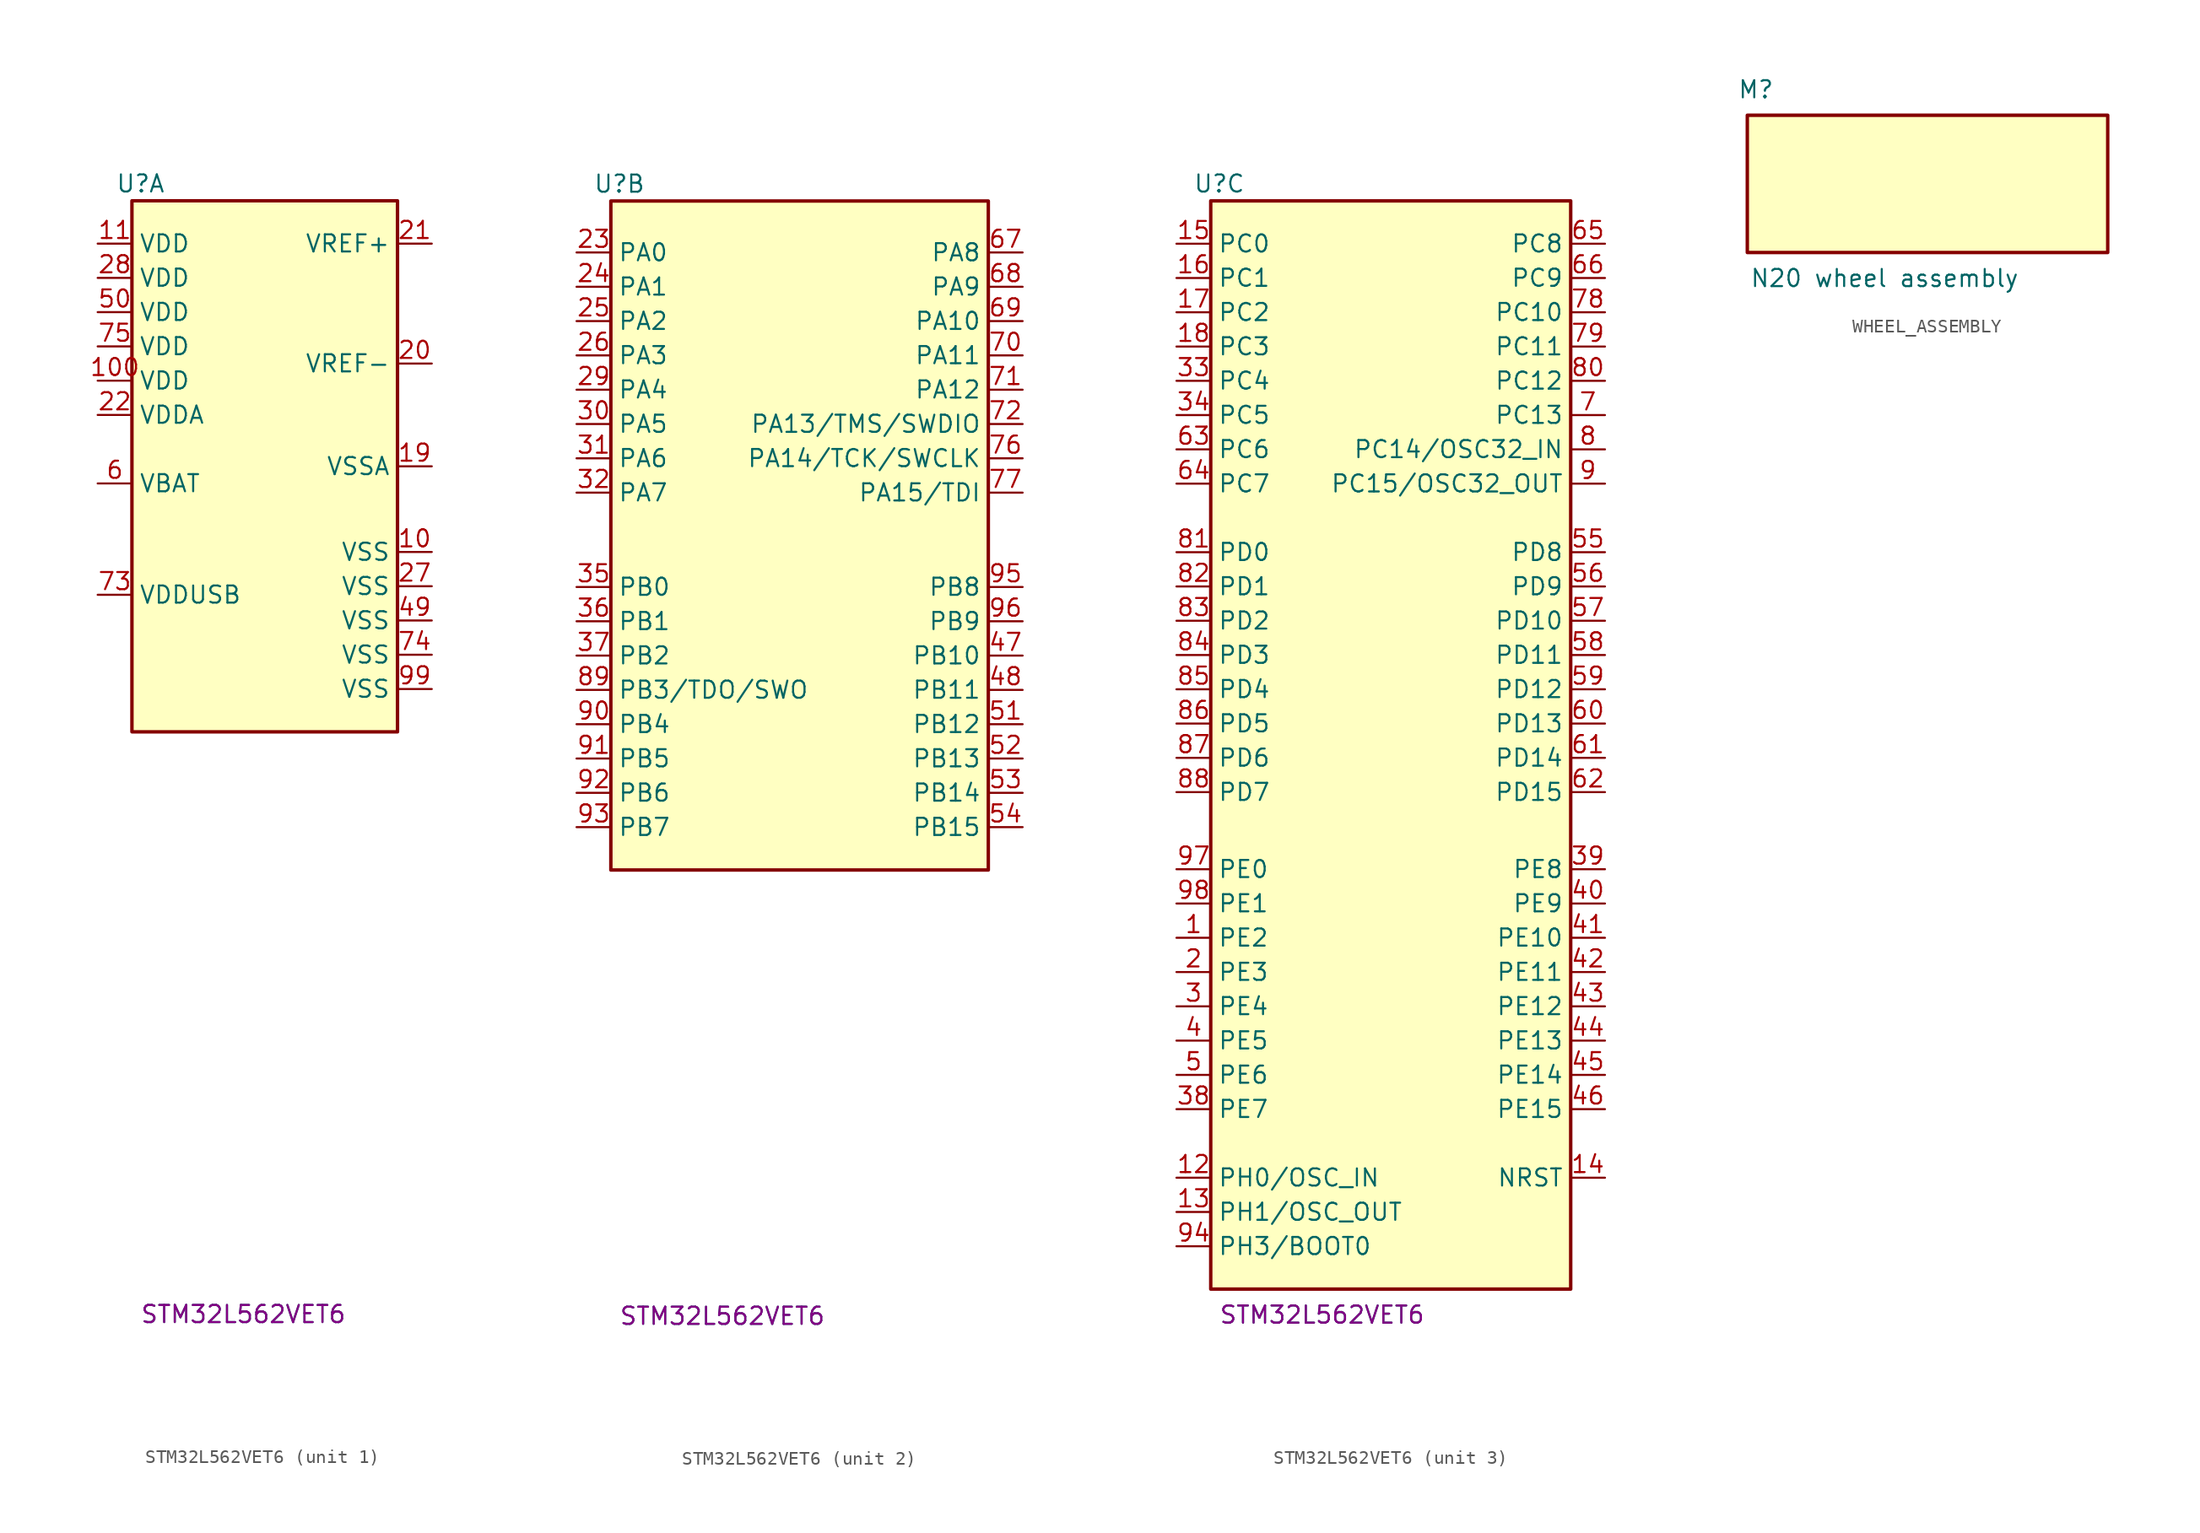
<source format=kicad_sym>
(kicad_symbol_lib
  (version 20220914)
  (generator kicad_symbol_editor)
  (symbol "STM32L562VET6"
    (property "Reference" "U"
      (at 0.635 0 0)
      (effects (font (size 1.27 1.27))))
    (property "Value" "STM32L562VET6"
      (at 8.255 -83.82 0)
      (effects (font (size 1.27 1.27))))
    (property "Part number" "STM32L562VET6"
      (at 8.255 -83.82 0)
      (effects (font (size 1.27 1.27))))
    (property "ki_locked" ""
      (at 0 0 0)
      (effects (font (size 1.27 1.27))))
    (symbol "STM32L562VET6_1_1"
      (rectangle (start 0 -1.27) (end 19.685 -40.64) (stroke (width 0.254) (type default)) (fill (type background)))
      (pin power_in line (at 22.225 -27.305 180) (length 2.54) (name "VSS" (effects (font (size 1.27 1.27)))) (number "10" (effects (font (size 1.27 1.27)))))
      (pin power_in line (at -2.54 -14.605 0) (length 2.54) (name "VDD" (effects (font (size 1.27 1.27)))) (number "100" (effects (font (size 1.27 1.27)))))
      (pin power_in line (at -2.54 -4.445 0) (length 2.54) (name "VDD" (effects (font (size 1.27 1.27)))) (number "11" (effects (font (size 1.27 1.27)))))
      (pin power_in line (at 22.225 -20.955 180) (length 2.54) (name "VSSA" (effects (font (size 1.27 1.27)))) (number "19" (effects (font (size 1.27 1.27)))))
      (pin power_in line (at 22.225 -13.335 180) (length 2.54) (name "VREF-" (effects (font (size 1.27 1.27)))) (number "20" (effects (font (size 1.27 1.27)))))
      (pin power_in line (at 22.225 -4.445 180) (length 2.54) (name "VREF+" (effects (font (size 1.27 1.27)))) (number "21" (effects (font (size 1.27 1.27)))))
      (pin power_in line (at -2.54 -17.145 0) (length 2.54) (name "VDDA" (effects (font (size 1.27 1.27)))) (number "22" (effects (font (size 1.27 1.27)))))
      (pin power_in line (at 22.225 -29.845 180) (length 2.54) (name "VSS" (effects (font (size 1.27 1.27)))) (number "27" (effects (font (size 1.27 1.27)))))
      (pin power_in line (at -2.54 -6.985 0) (length 2.54) (name "VDD" (effects (font (size 1.27 1.27)))) (number "28" (effects (font (size 1.27 1.27)))))
      (pin power_in line (at 22.225 -32.385 180) (length 2.54) (name "VSS" (effects (font (size 1.27 1.27)))) (number "49" (effects (font (size 1.27 1.27)))))
      (pin power_in line (at -2.54 -9.525 0) (length 2.54) (name "VDD" (effects (font (size 1.27 1.27)))) (number "50" (effects (font (size 1.27 1.27)))))
      (pin power_in line (at -2.54 -22.225 0) (length 2.54) (name "VBAT" (effects (font (size 1.27 1.27)))) (number "6" (effects (font (size 1.27 1.27)))))
      (pin power_in line (at -2.54 -30.48 0) (length 2.54) (name "VDDUSB" (effects (font (size 1.27 1.27)))) (number "73" (effects (font (size 1.27 1.27)))))
      (pin power_in line (at 22.225 -34.925 180) (length 2.54) (name "VSS" (effects (font (size 1.27 1.27)))) (number "74" (effects (font (size 1.27 1.27)))))
      (pin power_in line (at -2.54 -12.065 0) (length 2.54) (name "VDD" (effects (font (size 1.27 1.27)))) (number "75" (effects (font (size 1.27 1.27)))))
      (pin power_in line (at 22.225 -37.465 180) (length 2.54) (name "VSS" (effects (font (size 1.27 1.27)))) (number "99" (effects (font (size 1.27 1.27))))))
    (symbol "STM32L562VET6_2_1"
      (rectangle (start 0 -1.27) (end 27.94 -50.8) (stroke (width 0.254) (type default)) (fill (type background)))
      (pin bidirectional line (at -2.54 -5.08 0) (length 2.54) (name "PA0" (effects (font (size 1.27 1.27)))) (number "23" (effects (font (size 1.27 1.27)))))
      (pin bidirectional line (at -2.54 -7.62 0) (length 2.54) (name "PA1" (effects (font (size 1.27 1.27)))) (number "24" (effects (font (size 1.27 1.27)))))
      (pin bidirectional line (at -2.54 -10.16 0) (length 2.54) (name "PA2" (effects (font (size 1.27 1.27)))) (number "25" (effects (font (size 1.27 1.27)))))
      (pin bidirectional line (at -2.54 -12.7 0) (length 2.54) (name "PA3" (effects (font (size 1.27 1.27)))) (number "26" (effects (font (size 1.27 1.27)))))
      (pin bidirectional line (at -2.54 -15.24 0) (length 2.54) (name "PA4" (effects (font (size 1.27 1.27)))) (number "29" (effects (font (size 1.27 1.27)))))
      (pin bidirectional line (at -2.54 -17.78 0) (length 2.54) (name "PA5" (effects (font (size 1.27 1.27)))) (number "30" (effects (font (size 1.27 1.27)))))
      (pin bidirectional line (at -2.54 -20.32 0) (length 2.54) (name "PA6" (effects (font (size 1.27 1.27)))) (number "31" (effects (font (size 1.27 1.27)))))
      (pin bidirectional line (at -2.54 -22.86 0) (length 2.54) (name "PA7" (effects (font (size 1.27 1.27)))) (number "32" (effects (font (size 1.27 1.27)))))
      (pin bidirectional line (at -2.54 -29.845 0) (length 2.54) (name "PB0" (effects (font (size 1.27 1.27)))) (number "35" (effects (font (size 1.27 1.27)))))
      (pin bidirectional line (at -2.54 -32.385 0) (length 2.54) (name "PB1" (effects (font (size 1.27 1.27)))) (number "36" (effects (font (size 1.27 1.27)))))
      (pin bidirectional line (at -2.54 -34.925 0) (length 2.54) (name "PB2" (effects (font (size 1.27 1.27)))) (number "37" (effects (font (size 1.27 1.27)))))
      (pin bidirectional line (at 30.48 -34.925 180) (length 2.54) (name "PB10" (effects (font (size 1.27 1.27)))) (number "47" (effects (font (size 1.27 1.27)))))
      (pin bidirectional line (at 30.48 -37.465 180) (length 2.54) (name "PB11" (effects (font (size 1.27 1.27)))) (number "48" (effects (font (size 1.27 1.27)))))
      (pin bidirectional line (at 30.48 -40.005 180) (length 2.54) (name "PB12" (effects (font (size 1.27 1.27)))) (number "51" (effects (font (size 1.27 1.27)))))
      (pin bidirectional line (at 30.48 -42.545 180) (length 2.54) (name "PB13" (effects (font (size 1.27 1.27)))) (number "52" (effects (font (size 1.27 1.27)))))
      (pin bidirectional line (at 30.48 -45.085 180) (length 2.54) (name "PB14" (effects (font (size 1.27 1.27)))) (number "53" (effects (font (size 1.27 1.27)))))
      (pin bidirectional line (at 30.48 -47.625 180) (length 2.54) (name "PB15" (effects (font (size 1.27 1.27)))) (number "54" (effects (font (size 1.27 1.27)))))
      (pin bidirectional line (at 30.48 -5.08 180) (length 2.54) (name "PA8" (effects (font (size 1.27 1.27)))) (number "67" (effects (font (size 1.27 1.27)))))
      (pin bidirectional line (at 30.48 -7.62 180) (length 2.54) (name "PA9" (effects (font (size 1.27 1.27)))) (number "68" (effects (font (size 1.27 1.27)))))
      (pin bidirectional line (at 30.48 -10.16 180) (length 2.54) (name "PA10" (effects (font (size 1.27 1.27)))) (number "69" (effects (font (size 1.27 1.27)))))
      (pin bidirectional line (at 30.48 -12.7 180) (length 2.54) (name "PA11" (effects (font (size 1.27 1.27)))) (number "70" (effects (font (size 1.27 1.27)))))
      (pin bidirectional line (at 30.48 -15.24 180) (length 2.54) (name "PA12" (effects (font (size 1.27 1.27)))) (number "71" (effects (font (size 1.27 1.27)))))
      (pin bidirectional line (at 30.48 -17.78 180) (length 2.54) (name "PA13/TMS/SWDIO" (effects (font (size 1.27 1.27)))) (number "72" (effects (font (size 1.27 1.27)))))
      (pin bidirectional line (at 30.48 -20.32 180) (length 2.54) (name "PA14/TCK/SWCLK" (effects (font (size 1.27 1.27)))) (number "76" (effects (font (size 1.27 1.27)))))
      (pin bidirectional line (at 30.48 -22.86 180) (length 2.54) (name "PA15/TDI" (effects (font (size 1.27 1.27)))) (number "77" (effects (font (size 1.27 1.27)))))
      (pin bidirectional line (at -2.54 -37.465 0) (length 2.54) (name "PB3/TDO/SWO" (effects (font (size 1.27 1.27)))) (number "89" (effects (font (size 1.27 1.27)))))
      (pin bidirectional line (at -2.54 -40.005 0) (length 2.54) (name "PB4" (effects (font (size 1.27 1.27)))) (number "90" (effects (font (size 1.27 1.27)))))
      (pin bidirectional line (at -2.54 -42.545 0) (length 2.54) (name "PB5" (effects (font (size 1.27 1.27)))) (number "91" (effects (font (size 1.27 1.27)))))
      (pin bidirectional line (at -2.54 -45.085 0) (length 2.54) (name "PB6" (effects (font (size 1.27 1.27)))) (number "92" (effects (font (size 1.27 1.27)))))
      (pin bidirectional line (at -2.54 -47.625 0) (length 2.54) (name "PB7" (effects (font (size 1.27 1.27)))) (number "93" (effects (font (size 1.27 1.27)))))
      (pin bidirectional line (at 30.48 -29.845 180) (length 2.54) (name "PB8" (effects (font (size 1.27 1.27)))) (number "95" (effects (font (size 1.27 1.27)))))
      (pin bidirectional line (at 30.48 -32.385 180) (length 2.54) (name "PB9" (effects (font (size 1.27 1.27)))) (number "96" (effects (font (size 1.27 1.27))))))
    (symbol "STM32L562VET6_3_1"
      (rectangle (start 0 -1.27) (end 26.67 -81.915) (stroke (width 0.254) (type default)) (fill (type background)))
      (pin bidirectional line (at -2.54 -55.88 0) (length 2.54) (name "PE2" (effects (font (size 1.27 1.27)))) (number "1" (effects (font (size 1.27 1.27)))))
      (pin bidirectional line (at -2.54 -73.66 0) (length 2.54) (name "PH0/OSC_IN" (effects (font (size 1.27 1.27)))) (number "12" (effects (font (size 1.27 1.27)))))
      (pin bidirectional line (at -2.54 -76.2 0) (length 2.54) (name "PH1/OSC_OUT" (effects (font (size 1.27 1.27)))) (number "13" (effects (font (size 1.27 1.27)))))
      (pin bidirectional line (at 29.21 -73.66 180) (length 2.54) (name "NRST" (effects (font (size 1.27 1.27)))) (number "14" (effects (font (size 1.27 1.27)))))
      (pin bidirectional line (at -2.54 -4.445 0) (length 2.54) (name "PC0" (effects (font (size 1.27 1.27)))) (number "15" (effects (font (size 1.27 1.27)))))
      (pin bidirectional line (at -2.54 -6.985 0) (length 2.54) (name "PC1" (effects (font (size 1.27 1.27)))) (number "16" (effects (font (size 1.27 1.27)))))
      (pin bidirectional line (at -2.54 -9.525 0) (length 2.54) (name "PC2" (effects (font (size 1.27 1.27)))) (number "17" (effects (font (size 1.27 1.27)))))
      (pin bidirectional line (at -2.54 -12.065 0) (length 2.54) (name "PC3" (effects (font (size 1.27 1.27)))) (number "18" (effects (font (size 1.27 1.27)))))
      (pin bidirectional line (at -2.54 -58.42 0) (length 2.54) (name "PE3" (effects (font (size 1.27 1.27)))) (number "2" (effects (font (size 1.27 1.27)))))
      (pin bidirectional line (at -2.54 -60.96 0) (length 2.54) (name "PE4" (effects (font (size 1.27 1.27)))) (number "3" (effects (font (size 1.27 1.27)))))
      (pin bidirectional line (at -2.54 -14.605 0) (length 2.54) (name "PC4" (effects (font (size 1.27 1.27)))) (number "33" (effects (font (size 1.27 1.27)))))
      (pin bidirectional line (at -2.54 -17.145 0) (length 2.54) (name "PC5" (effects (font (size 1.27 1.27)))) (number "34" (effects (font (size 1.27 1.27)))))
      (pin bidirectional line (at -2.54 -68.58 0) (length 2.54) (name "PE7" (effects (font (size 1.27 1.27)))) (number "38" (effects (font (size 1.27 1.27)))))
      (pin bidirectional line (at 29.21 -50.8 180) (length 2.54) (name "PE8" (effects (font (size 1.27 1.27)))) (number "39" (effects (font (size 1.27 1.27)))))
      (pin bidirectional line (at -2.54 -63.5 0) (length 2.54) (name "PE5" (effects (font (size 1.27 1.27)))) (number "4" (effects (font (size 1.27 1.27)))))
      (pin bidirectional line (at 29.21 -53.34 180) (length 2.54) (name "PE9" (effects (font (size 1.27 1.27)))) (number "40" (effects (font (size 1.27 1.27)))))
      (pin bidirectional line (at 29.21 -55.88 180) (length 2.54) (name "PE10" (effects (font (size 1.27 1.27)))) (number "41" (effects (font (size 1.27 1.27)))))
      (pin bidirectional line (at 29.21 -58.42 180) (length 2.54) (name "PE11" (effects (font (size 1.27 1.27)))) (number "42" (effects (font (size 1.27 1.27)))))
      (pin bidirectional line (at 29.21 -60.96 180) (length 2.54) (name "PE12" (effects (font (size 1.27 1.27)))) (number "43" (effects (font (size 1.27 1.27)))))
      (pin bidirectional line (at 29.21 -63.5 180) (length 2.54) (name "PE13" (effects (font (size 1.27 1.27)))) (number "44" (effects (font (size 1.27 1.27)))))
      (pin bidirectional line (at 29.21 -66.04 180) (length 2.54) (name "PE14" (effects (font (size 1.27 1.27)))) (number "45" (effects (font (size 1.27 1.27)))))
      (pin bidirectional line (at 29.21 -68.58 180) (length 2.54) (name "PE15" (effects (font (size 1.27 1.27)))) (number "46" (effects (font (size 1.27 1.27)))))
      (pin bidirectional line (at -2.54 -66.04 0) (length 2.54) (name "PE6" (effects (font (size 1.27 1.27)))) (number "5" (effects (font (size 1.27 1.27)))))
      (pin bidirectional line (at 29.21 -27.305 180) (length 2.54) (name "PD8" (effects (font (size 1.27 1.27)))) (number "55" (effects (font (size 1.27 1.27)))))
      (pin bidirectional line (at 29.21 -29.845 180) (length 2.54) (name "PD9" (effects (font (size 1.27 1.27)))) (number "56" (effects (font (size 1.27 1.27)))))
      (pin bidirectional line (at 29.21 -32.385 180) (length 2.54) (name "PD10" (effects (font (size 1.27 1.27)))) (number "57" (effects (font (size 1.27 1.27)))))
      (pin bidirectional line (at 29.21 -34.925 180) (length 2.54) (name "PD11" (effects (font (size 1.27 1.27)))) (number "58" (effects (font (size 1.27 1.27)))))
      (pin bidirectional line (at 29.21 -37.465 180) (length 2.54) (name "PD12" (effects (font (size 1.27 1.27)))) (number "59" (effects (font (size 1.27 1.27)))))
      (pin bidirectional line (at 29.21 -40.005 180) (length 2.54) (name "PD13" (effects (font (size 1.27 1.27)))) (number "60" (effects (font (size 1.27 1.27)))))
      (pin bidirectional line (at 29.21 -42.545 180) (length 2.54) (name "PD14" (effects (font (size 1.27 1.27)))) (number "61" (effects (font (size 1.27 1.27)))))
      (pin bidirectional line (at 29.21 -45.085 180) (length 2.54) (name "PD15" (effects (font (size 1.27 1.27)))) (number "62" (effects (font (size 1.27 1.27)))))
      (pin bidirectional line (at -2.54 -19.685 0) (length 2.54) (name "PC6" (effects (font (size 1.27 1.27)))) (number "63" (effects (font (size 1.27 1.27)))))
      (pin bidirectional line (at -2.54 -22.225 0) (length 2.54) (name "PC7" (effects (font (size 1.27 1.27)))) (number "64" (effects (font (size 1.27 1.27)))))
      (pin bidirectional line (at 29.21 -4.445 180) (length 2.54) (name "PC8" (effects (font (size 1.27 1.27)))) (number "65" (effects (font (size 1.27 1.27)))))
      (pin bidirectional line (at 29.21 -6.985 180) (length 2.54) (name "PC9" (effects (font (size 1.27 1.27)))) (number "66" (effects (font (size 1.27 1.27)))))
      (pin bidirectional line (at 29.21 -17.145 180) (length 2.54) (name "PC13" (effects (font (size 1.27 1.27)))) (number "7" (effects (font (size 1.27 1.27)))))
      (pin bidirectional line (at 29.21 -9.525 180) (length 2.54) (name "PC10" (effects (font (size 1.27 1.27)))) (number "78" (effects (font (size 1.27 1.27)))))
      (pin bidirectional line (at 29.21 -12.065 180) (length 2.54) (name "PC11" (effects (font (size 1.27 1.27)))) (number "79" (effects (font (size 1.27 1.27)))))
      (pin bidirectional line (at 29.21 -19.685 180) (length 2.54) (name "PC14/OSC32_IN" (effects (font (size 1.27 1.27)))) (number "8" (effects (font (size 1.27 1.27)))))
      (pin bidirectional line (at 29.21 -14.605 180) (length 2.54) (name "PC12" (effects (font (size 1.27 1.27)))) (number "80" (effects (font (size 1.27 1.27)))))
      (pin bidirectional line (at -2.54 -27.305 0) (length 2.54) (name "PD0" (effects (font (size 1.27 1.27)))) (number "81" (effects (font (size 1.27 1.27)))))
      (pin bidirectional line (at -2.54 -29.845 0) (length 2.54) (name "PD1" (effects (font (size 1.27 1.27)))) (number "82" (effects (font (size 1.27 1.27)))))
      (pin bidirectional line (at -2.54 -32.385 0) (length 2.54) (name "PD2" (effects (font (size 1.27 1.27)))) (number "83" (effects (font (size 1.27 1.27)))))
      (pin bidirectional line (at -2.54 -34.925 0) (length 2.54) (name "PD3" (effects (font (size 1.27 1.27)))) (number "84" (effects (font (size 1.27 1.27)))))
      (pin bidirectional line (at -2.54 -37.465 0) (length 2.54) (name "PD4" (effects (font (size 1.27 1.27)))) (number "85" (effects (font (size 1.27 1.27)))))
      (pin bidirectional line (at -2.54 -40.005 0) (length 2.54) (name "PD5" (effects (font (size 1.27 1.27)))) (number "86" (effects (font (size 1.27 1.27)))))
      (pin bidirectional line (at -2.54 -42.545 0) (length 2.54) (name "PD6" (effects (font (size 1.27 1.27)))) (number "87" (effects (font (size 1.27 1.27)))))
      (pin bidirectional line (at -2.54 -45.085 0) (length 2.54) (name "PD7" (effects (font (size 1.27 1.27)))) (number "88" (effects (font (size 1.27 1.27)))))
      (pin bidirectional line (at 29.21 -22.225 180) (length 2.54) (name "PC15/OSC32_OUT" (effects (font (size 1.27 1.27)))) (number "9" (effects (font (size 1.27 1.27)))))
      (pin bidirectional line (at -2.54 -78.74 0) (length 2.54) (name "PH3/BOOT0" (effects (font (size 1.27 1.27)))) (number "94" (effects (font (size 1.27 1.27)))))
      (pin bidirectional line (at -2.54 -50.8 0) (length 2.54) (name "PE0" (effects (font (size 1.27 1.27)))) (number "97" (effects (font (size 1.27 1.27)))))
      (pin bidirectional line (at -2.54 -53.34 0) (length 2.54) (name "PE1" (effects (font (size 1.27 1.27)))) (number "98" (effects (font (size 1.27 1.27)))))))
  (symbol "WHEEL_ASSEMBLY"
    (property "Reference" "M"
      (at 1.27 -1.905 0)
      (effects (font (size 1.27 1.27))))
    (property "Value" "N20 wheel assembly"
      (at 10.795 -15.875 0)
      (effects (font (size 1.27 1.27))))
    (symbol "WHEEL_ASSEMBLY_0_1"
      (rectangle (start 0.635 -3.81) (end 27.305 -13.97) (stroke (width 0.254) (type default)) (fill (type background))))))
</source>
